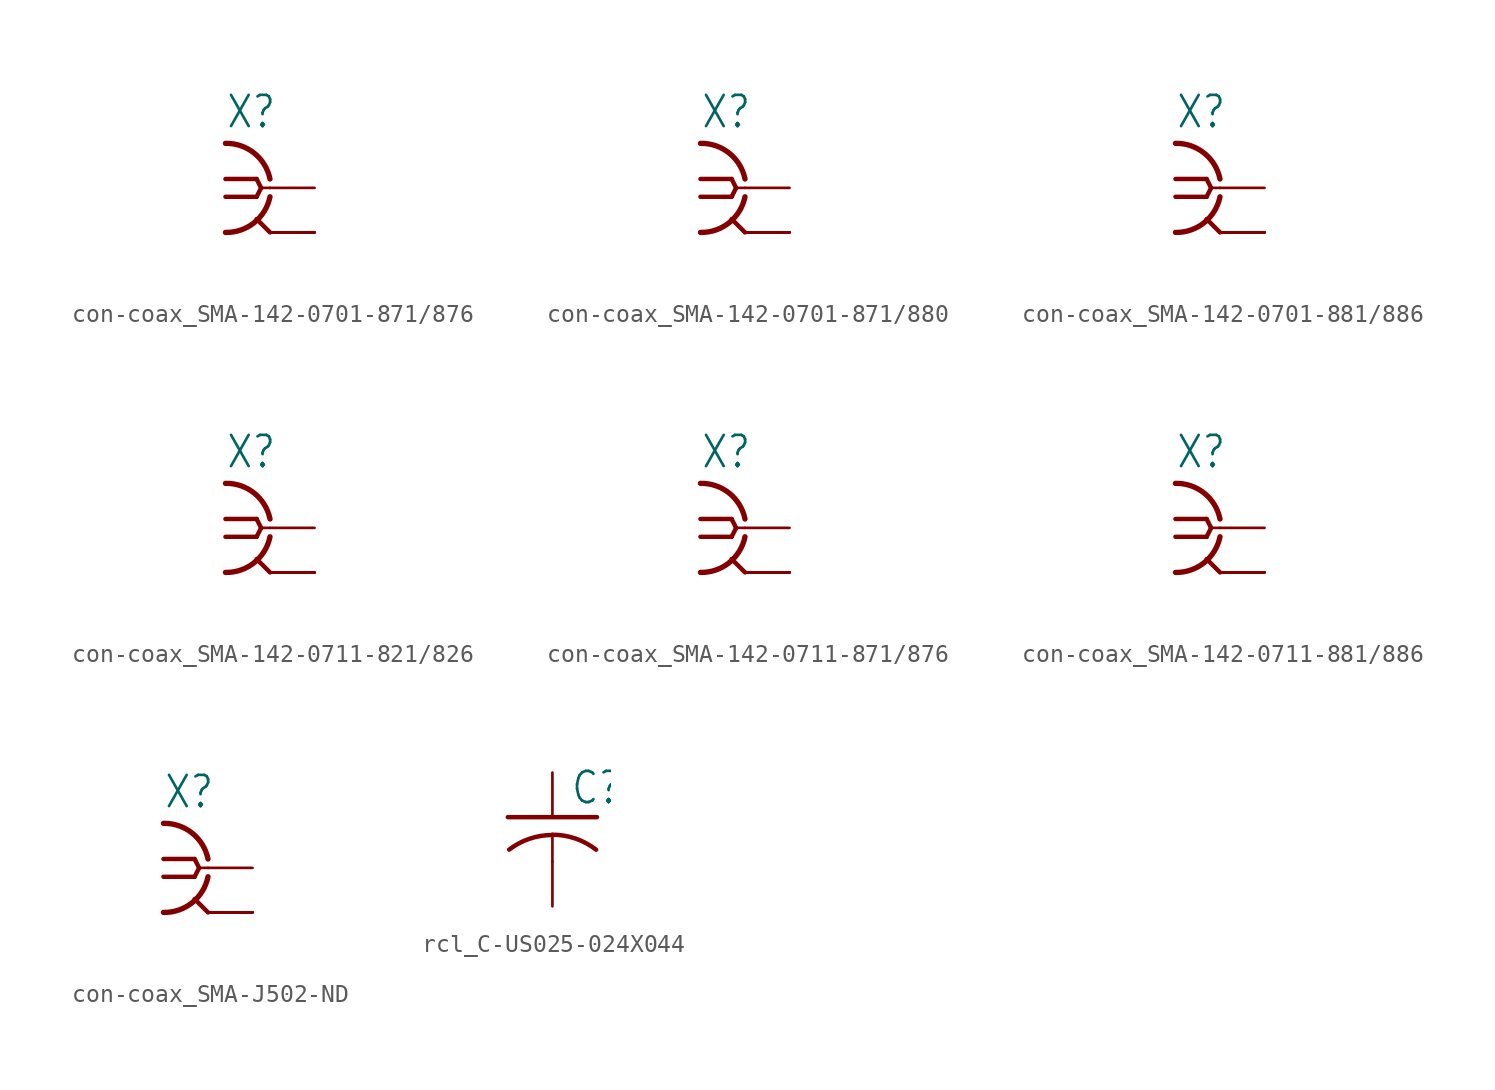
<source format=kicad_sym>
(kicad_symbol_lib
  (version 20241209)
  (generator "kicad_symbol_editor")
  (generator_version "9.0")
  (symbol "con-coax_SMA-142-0701-871/876"
    (property "Reference" "X"
      (at -2.54 3.302 0)
      (effects (font (size 1.778 1.511)) (justify left bottom)))
    (property "Value" ""
      (at -2.54 -5.08 0)
      (effects (font (size 1.778 1.511)) (justify left bottom)))
    (property "ki_locked" ""
      (at 0 0 0)
      (effects (font (size 1.27 1.27))))
    (symbol "con-coax_SMA-142-0701-871/876_1_0"
      (polyline (pts (xy -2.54 0.508) (xy -0.762 0.508)) (stroke (width 0.254) (type solid)) (fill (type none)))
      (arc (start -2.54 2.54) (mid -0.9022 1.9838) (end 0 0.508) (stroke (width 0.3048) (type solid)) (fill (type none)))
      (arc (start 0 -0.508) (mid -0.9022 -1.9838) (end -2.54 -2.54) (stroke (width 0.3048) (type solid)) (fill (type none)))
      (polyline (pts (xy -0.762 0.508) (xy -0.508 0)) (stroke (width 0.254) (type solid)) (fill (type none)))
      (polyline (pts (xy -0.762 -0.508) (xy -2.54 -0.508)) (stroke (width 0.254) (type solid)) (fill (type none)))
      (polyline (pts (xy -0.508 0) (xy -0.762 -0.508)) (stroke (width 0.254) (type solid)) (fill (type none)))
      (polyline (pts (xy 0 0) (xy -0.508 0)) (stroke (width 0.152) (type solid)) (fill (type none)))
      (polyline (pts (xy 0 -2.54) (xy -0.762 -1.778)) (stroke (width 0.254) (type solid)) (fill (type none)))
      (pin passive line (at 2.54 0 180) (length 2.54) (name "1" (effects (font (size 0 0)))) (number "1" (effects (font (size 0 0)))))
      (pin passive line (at 2.54 -2.54 180) (length 2.54) (name "2" (effects (font (size 0 0)))) (number "G@1" (effects (font (size 0 0)))))
      (pin passive line (at 2.54 -2.54 180) (length 2.54) (name "2" (effects (font (size 0 0)))) (number "G@2" (effects (font (size 0 0)))))
      (pin passive line (at 2.54 -2.54 180) (length 2.54) (name "2" (effects (font (size 0 0)))) (number "G@3" (effects (font (size 0 0)))))
      (pin passive line (at 2.54 -2.54 180) (length 2.54) (name "2" (effects (font (size 0 0)))) (number "G@4" (effects (font (size 0 0)))))))
  (symbol "con-coax_SMA-142-0701-871/880"
    (property "Reference" "X"
      (at -2.54 3.302 0)
      (effects (font (size 1.778 1.511)) (justify left bottom)))
    (property "Value" ""
      (at -2.54 -5.08 0)
      (effects (font (size 1.778 1.511)) (justify left bottom)))
    (property "ki_locked" ""
      (at 0 0 0)
      (effects (font (size 1.27 1.27))))
    (symbol "con-coax_SMA-142-0701-871/880_1_0"
      (polyline (pts (xy -2.54 0.508) (xy -0.762 0.508)) (stroke (width 0.254) (type solid)) (fill (type none)))
      (arc (start -2.54 2.54) (mid -0.9022 1.9838) (end 0 0.508) (stroke (width 0.3048) (type solid)) (fill (type none)))
      (arc (start 0 -0.508) (mid -0.9022 -1.9838) (end -2.54 -2.54) (stroke (width 0.3048) (type solid)) (fill (type none)))
      (polyline (pts (xy -0.762 0.508) (xy -0.508 0)) (stroke (width 0.254) (type solid)) (fill (type none)))
      (polyline (pts (xy -0.762 -0.508) (xy -2.54 -0.508)) (stroke (width 0.254) (type solid)) (fill (type none)))
      (polyline (pts (xy -0.508 0) (xy -0.762 -0.508)) (stroke (width 0.254) (type solid)) (fill (type none)))
      (polyline (pts (xy 0 0) (xy -0.508 0)) (stroke (width 0.152) (type solid)) (fill (type none)))
      (polyline (pts (xy 0 -2.54) (xy -0.762 -1.778)) (stroke (width 0.254) (type solid)) (fill (type none)))
      (pin passive line (at 2.54 0 180) (length 2.54) (name "1" (effects (font (size 0 0)))) (number "1" (effects (font (size 0 0)))))
      (pin passive line (at 2.54 -2.54 180) (length 2.54) (name "2" (effects (font (size 0 0)))) (number "2@1" (effects (font (size 0 0)))))
      (pin passive line (at 2.54 -2.54 180) (length 2.54) (name "2" (effects (font (size 0 0)))) (number "2@2" (effects (font (size 0 0)))))
      (pin passive line (at 2.54 -2.54 180) (length 2.54) (name "2" (effects (font (size 0 0)))) (number "2@3" (effects (font (size 0 0)))))
      (pin passive line (at 2.54 -2.54 180) (length 2.54) (name "2" (effects (font (size 0 0)))) (number "2@4" (effects (font (size 0 0)))))))
  (symbol "con-coax_SMA-142-0701-881/886"
    (property "Reference" "X"
      (at -2.54 3.302 0)
      (effects (font (size 1.778 1.511)) (justify left bottom)))
    (property "Value" ""
      (at -2.54 -5.08 0)
      (effects (font (size 1.778 1.511)) (justify left bottom)))
    (property "ki_locked" ""
      (at 0 0 0)
      (effects (font (size 1.27 1.27))))
    (symbol "con-coax_SMA-142-0701-881/886_1_0"
      (polyline (pts (xy -2.54 0.508) (xy -0.762 0.508)) (stroke (width 0.254) (type solid)) (fill (type none)))
      (arc (start -2.54 2.54) (mid -0.9022 1.9838) (end 0 0.508) (stroke (width 0.3048) (type solid)) (fill (type none)))
      (arc (start 0 -0.508) (mid -0.9022 -1.9838) (end -2.54 -2.54) (stroke (width 0.3048) (type solid)) (fill (type none)))
      (polyline (pts (xy -0.762 0.508) (xy -0.508 0)) (stroke (width 0.254) (type solid)) (fill (type none)))
      (polyline (pts (xy -0.762 -0.508) (xy -2.54 -0.508)) (stroke (width 0.254) (type solid)) (fill (type none)))
      (polyline (pts (xy -0.508 0) (xy -0.762 -0.508)) (stroke (width 0.254) (type solid)) (fill (type none)))
      (polyline (pts (xy 0 0) (xy -0.508 0)) (stroke (width 0.152) (type solid)) (fill (type none)))
      (polyline (pts (xy 0 -2.54) (xy -0.762 -1.778)) (stroke (width 0.254) (type solid)) (fill (type none)))
      (pin passive line (at 2.54 0 180) (length 2.54) (name "1" (effects (font (size 0 0)))) (number "1" (effects (font (size 0 0)))))
      (pin passive line (at 2.54 -2.54 180) (length 2.54) (name "2" (effects (font (size 0 0)))) (number "G@1" (effects (font (size 0 0)))))
      (pin passive line (at 2.54 -2.54 180) (length 2.54) (name "2" (effects (font (size 0 0)))) (number "G@2" (effects (font (size 0 0)))))
      (pin passive line (at 2.54 -2.54 180) (length 2.54) (name "2" (effects (font (size 0 0)))) (number "G@3" (effects (font (size 0 0)))))
      (pin passive line (at 2.54 -2.54 180) (length 2.54) (name "2" (effects (font (size 0 0)))) (number "G@4" (effects (font (size 0 0)))))))
  (symbol "con-coax_SMA-142-0711-821/826"
    (property "Reference" "X"
      (at -2.54 3.302 0)
      (effects (font (size 1.778 1.511)) (justify left bottom)))
    (property "Value" ""
      (at -2.54 -5.08 0)
      (effects (font (size 1.778 1.511)) (justify left bottom)))
    (property "ki_locked" ""
      (at 0 0 0)
      (effects (font (size 1.27 1.27))))
    (symbol "con-coax_SMA-142-0711-821/826_1_0"
      (polyline (pts (xy -2.54 0.508) (xy -0.762 0.508)) (stroke (width 0.254) (type solid)) (fill (type none)))
      (arc (start -2.54 2.54) (mid -0.9022 1.9838) (end 0 0.508) (stroke (width 0.3048) (type solid)) (fill (type none)))
      (arc (start 0 -0.508) (mid -0.9022 -1.9838) (end -2.54 -2.54) (stroke (width 0.3048) (type solid)) (fill (type none)))
      (polyline (pts (xy -0.762 0.508) (xy -0.508 0)) (stroke (width 0.254) (type solid)) (fill (type none)))
      (polyline (pts (xy -0.762 -0.508) (xy -2.54 -0.508)) (stroke (width 0.254) (type solid)) (fill (type none)))
      (polyline (pts (xy -0.508 0) (xy -0.762 -0.508)) (stroke (width 0.254) (type solid)) (fill (type none)))
      (polyline (pts (xy 0 0) (xy -0.508 0)) (stroke (width 0.152) (type solid)) (fill (type none)))
      (polyline (pts (xy 0 -2.54) (xy -0.762 -1.778)) (stroke (width 0.254) (type solid)) (fill (type none)))
      (pin passive line (at 2.54 0 180) (length 2.54) (name "1" (effects (font (size 0 0)))) (number "1" (effects (font (size 0 0)))))
      (pin passive line (at 2.54 -2.54 180) (length 2.54) (name "2" (effects (font (size 0 0)))) (number "G@1" (effects (font (size 0 0)))))
      (pin passive line (at 2.54 -2.54 180) (length 2.54) (name "2" (effects (font (size 0 0)))) (number "G@2" (effects (font (size 0 0)))))
      (pin passive line (at 2.54 -2.54 180) (length 2.54) (name "2" (effects (font (size 0 0)))) (number "G@3" (effects (font (size 0 0)))))
      (pin passive line (at 2.54 -2.54 180) (length 2.54) (name "2" (effects (font (size 0 0)))) (number "G@4" (effects (font (size 0 0)))))))
  (symbol "con-coax_SMA-142-0711-871/876"
    (property "Reference" "X"
      (at -2.54 3.302 0)
      (effects (font (size 1.778 1.511)) (justify left bottom)))
    (property "Value" ""
      (at -2.54 -5.08 0)
      (effects (font (size 1.778 1.511)) (justify left bottom)))
    (property "ki_locked" ""
      (at 0 0 0)
      (effects (font (size 1.27 1.27))))
    (symbol "con-coax_SMA-142-0711-871/876_1_0"
      (polyline (pts (xy -2.54 0.508) (xy -0.762 0.508)) (stroke (width 0.254) (type solid)) (fill (type none)))
      (arc (start -2.54 2.54) (mid -0.9022 1.9838) (end 0 0.508) (stroke (width 0.3048) (type solid)) (fill (type none)))
      (arc (start 0 -0.508) (mid -0.9022 -1.9838) (end -2.54 -2.54) (stroke (width 0.3048) (type solid)) (fill (type none)))
      (polyline (pts (xy -0.762 0.508) (xy -0.508 0)) (stroke (width 0.254) (type solid)) (fill (type none)))
      (polyline (pts (xy -0.762 -0.508) (xy -2.54 -0.508)) (stroke (width 0.254) (type solid)) (fill (type none)))
      (polyline (pts (xy -0.508 0) (xy -0.762 -0.508)) (stroke (width 0.254) (type solid)) (fill (type none)))
      (polyline (pts (xy 0 0) (xy -0.508 0)) (stroke (width 0.152) (type solid)) (fill (type none)))
      (polyline (pts (xy 0 -2.54) (xy -0.762 -1.778)) (stroke (width 0.254) (type solid)) (fill (type none)))
      (pin passive line (at 2.54 0 180) (length 2.54) (name "1" (effects (font (size 0 0)))) (number "1" (effects (font (size 0 0)))))
      (pin passive line (at 2.54 -2.54 180) (length 2.54) (name "2" (effects (font (size 0 0)))) (number "G@1" (effects (font (size 0 0)))))
      (pin passive line (at 2.54 -2.54 180) (length 2.54) (name "2" (effects (font (size 0 0)))) (number "G@2" (effects (font (size 0 0)))))
      (pin passive line (at 2.54 -2.54 180) (length 2.54) (name "2" (effects (font (size 0 0)))) (number "G@3" (effects (font (size 0 0)))))
      (pin passive line (at 2.54 -2.54 180) (length 2.54) (name "2" (effects (font (size 0 0)))) (number "G@4" (effects (font (size 0 0)))))))
  (symbol "con-coax_SMA-142-0711-881/886"
    (property "Reference" "X"
      (at -2.54 3.302 0)
      (effects (font (size 1.778 1.511)) (justify left bottom)))
    (property "Value" ""
      (at -2.54 -5.08 0)
      (effects (font (size 1.778 1.511)) (justify left bottom)))
    (property "ki_locked" ""
      (at 0 0 0)
      (effects (font (size 1.27 1.27))))
    (symbol "con-coax_SMA-142-0711-881/886_1_0"
      (polyline (pts (xy -2.54 0.508) (xy -0.762 0.508)) (stroke (width 0.254) (type solid)) (fill (type none)))
      (arc (start -2.54 2.54) (mid -0.9022 1.9838) (end 0 0.508) (stroke (width 0.3048) (type solid)) (fill (type none)))
      (arc (start 0 -0.508) (mid -0.9022 -1.9838) (end -2.54 -2.54) (stroke (width 0.3048) (type solid)) (fill (type none)))
      (polyline (pts (xy -0.762 0.508) (xy -0.508 0)) (stroke (width 0.254) (type solid)) (fill (type none)))
      (polyline (pts (xy -0.762 -0.508) (xy -2.54 -0.508)) (stroke (width 0.254) (type solid)) (fill (type none)))
      (polyline (pts (xy -0.508 0) (xy -0.762 -0.508)) (stroke (width 0.254) (type solid)) (fill (type none)))
      (polyline (pts (xy 0 0) (xy -0.508 0)) (stroke (width 0.152) (type solid)) (fill (type none)))
      (polyline (pts (xy 0 -2.54) (xy -0.762 -1.778)) (stroke (width 0.254) (type solid)) (fill (type none)))
      (pin passive line (at 2.54 0 180) (length 2.54) (name "1" (effects (font (size 0 0)))) (number "1" (effects (font (size 0 0)))))
      (pin passive line (at 2.54 -2.54 180) (length 2.54) (name "2" (effects (font (size 0 0)))) (number "G@1" (effects (font (size 0 0)))))
      (pin passive line (at 2.54 -2.54 180) (length 2.54) (name "2" (effects (font (size 0 0)))) (number "G@2" (effects (font (size 0 0)))))
      (pin passive line (at 2.54 -2.54 180) (length 2.54) (name "2" (effects (font (size 0 0)))) (number "G@3" (effects (font (size 0 0)))))
      (pin passive line (at 2.54 -2.54 180) (length 2.54) (name "2" (effects (font (size 0 0)))) (number "G@4" (effects (font (size 0 0)))))))
  (symbol "con-coax_SMA-J502-ND"
    (property "Reference" "X"
      (at -2.54 3.302 0)
      (effects (font (size 1.778 1.511)) (justify left bottom)))
    (property "Value" ""
      (at -2.54 -5.08 0)
      (effects (font (size 1.778 1.511)) (justify left bottom)))
    (property "ki_locked" ""
      (at 0 0 0)
      (effects (font (size 1.27 1.27))))
    (symbol "con-coax_SMA-J502-ND_1_0"
      (polyline (pts (xy -2.54 0.508) (xy -0.762 0.508)) (stroke (width 0.254) (type solid)) (fill (type none)))
      (arc (start -2.54 2.54) (mid -0.9022 1.9838) (end 0 0.508) (stroke (width 0.3048) (type solid)) (fill (type none)))
      (arc (start 0 -0.508) (mid -0.9022 -1.9838) (end -2.54 -2.54) (stroke (width 0.3048) (type solid)) (fill (type none)))
      (polyline (pts (xy -0.762 0.508) (xy -0.508 0)) (stroke (width 0.254) (type solid)) (fill (type none)))
      (polyline (pts (xy -0.762 -0.508) (xy -2.54 -0.508)) (stroke (width 0.254) (type solid)) (fill (type none)))
      (polyline (pts (xy -0.508 0) (xy -0.762 -0.508)) (stroke (width 0.254) (type solid)) (fill (type none)))
      (polyline (pts (xy 0 0) (xy -0.508 0)) (stroke (width 0.152) (type solid)) (fill (type none)))
      (polyline (pts (xy 0 -2.54) (xy -0.762 -1.778)) (stroke (width 0.254) (type solid)) (fill (type none)))
      (pin passive line (at 2.54 0 180) (length 2.54) (name "1" (effects (font (size 0 0)))) (number "1" (effects (font (size 0 0)))))
      (pin passive line (at 2.54 -2.54 180) (length 2.54) (name "2" (effects (font (size 0 0)))) (number "2" (effects (font (size 0 0)))))
      (pin passive line (at 2.54 -2.54 180) (length 2.54) (name "2" (effects (font (size 0 0)))) (number "3" (effects (font (size 0 0)))))
      (pin passive line (at 2.54 -2.54 180) (length 2.54) (name "2" (effects (font (size 0 0)))) (number "4" (effects (font (size 0 0)))))
      (pin passive line (at 2.54 -2.54 180) (length 2.54) (name "2" (effects (font (size 0 0)))) (number "5" (effects (font (size 0 0)))))))
  (symbol "rcl_C-US025-024X044"
    (property "Reference" "C"
      (at 1.016 0.635 0)
      (effects (font (size 1.778 1.511)) (justify left bottom)))
    (property "Value" ""
      (at 1.016 -4.191 0)
      (effects (font (size 1.778 1.511)) (justify left bottom)))
    (property "ki_locked" ""
      (at 0 0 0)
      (effects (font (size 1.27 1.27))))
    (symbol "rcl_C-US025-024X044_1_0"
      (polyline (pts (xy -2.54 0) (xy 2.54 0)) (stroke (width 0.254) (type solid)) (fill (type none)))
      (polyline (pts (xy 0 -1.016) (xy 0 -2.54)) (stroke (width 0.152) (type solid)) (fill (type none)))
      (arc (start 0 -1) (mid 1.3158 -1.2195) (end 2.4892 -1.8541) (stroke (width 0.254) (type solid)) (fill (type none)))
      (arc (start -2.4668 -1.8504) (mid -1.302 -1.2303) (end 0 -1.0161) (stroke (width 0.254) (type solid)) (fill (type none)))
      (pin passive line (at 0 2.54 270) (length 2.54) (name "1" (effects (font (size 0 0)))) (number "1" (effects (font (size 0 0)))))
      (pin passive line (at 0 -5.08 90) (length 2.54) (name "2" (effects (font (size 0 0)))) (number "2" (effects (font (size 0 0))))))))
</source>
